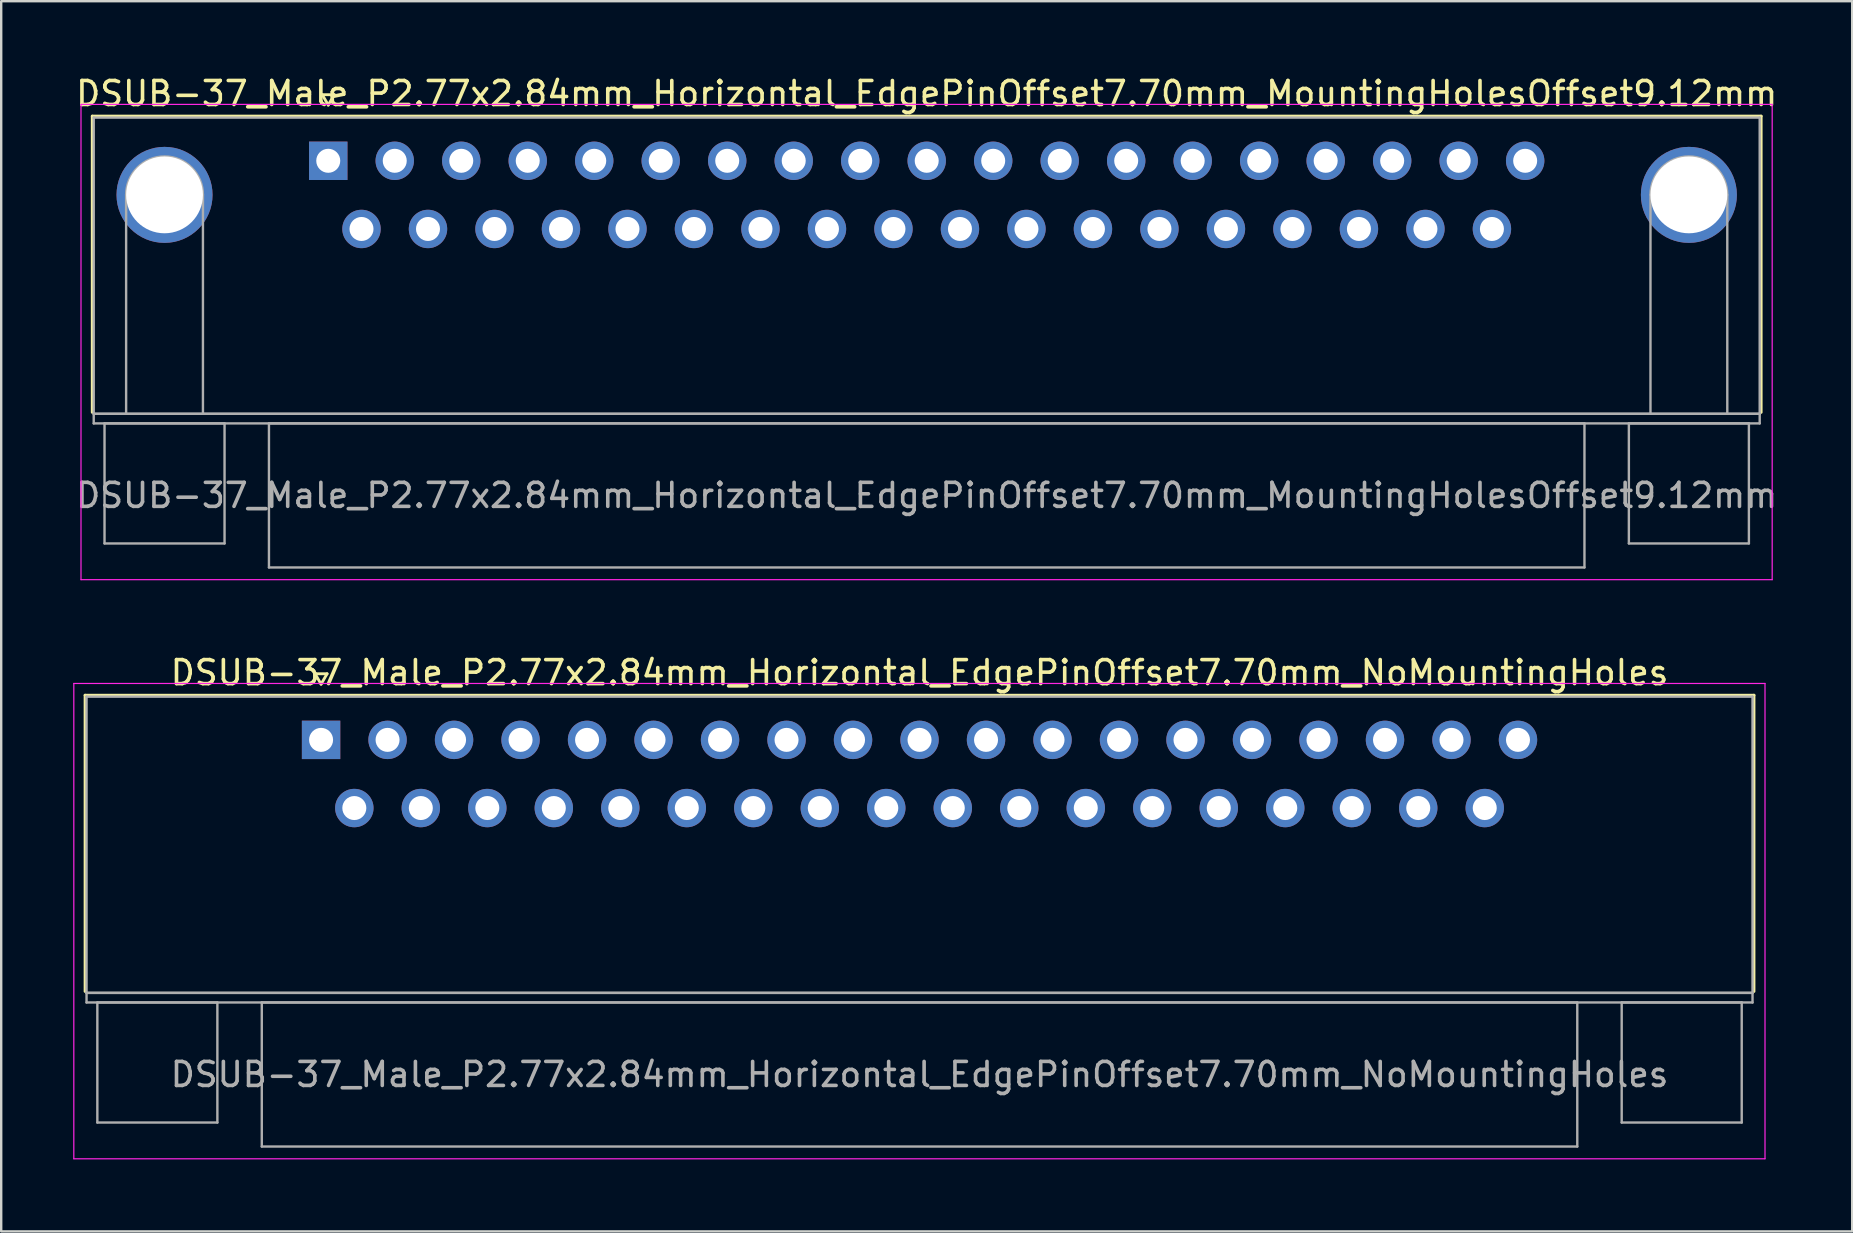
<source format=kicad_pcb>
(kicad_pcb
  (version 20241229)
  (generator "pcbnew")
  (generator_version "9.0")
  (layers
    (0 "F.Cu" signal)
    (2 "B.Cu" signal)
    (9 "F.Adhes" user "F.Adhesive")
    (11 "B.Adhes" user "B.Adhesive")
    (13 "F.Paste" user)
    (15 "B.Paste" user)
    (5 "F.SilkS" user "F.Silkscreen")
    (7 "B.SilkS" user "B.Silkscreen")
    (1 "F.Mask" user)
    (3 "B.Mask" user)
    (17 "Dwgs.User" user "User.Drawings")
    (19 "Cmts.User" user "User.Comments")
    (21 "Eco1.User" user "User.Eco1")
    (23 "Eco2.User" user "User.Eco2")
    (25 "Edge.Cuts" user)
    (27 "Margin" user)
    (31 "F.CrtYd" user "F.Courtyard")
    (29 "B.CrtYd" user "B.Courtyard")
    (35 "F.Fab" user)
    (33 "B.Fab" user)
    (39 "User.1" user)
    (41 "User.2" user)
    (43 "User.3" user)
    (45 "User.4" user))
  (footprint "DSUB-37_Male_P2.77x2.84mm_Horizontal_EdgePinOffset7.70mm_MountingHolesOffset9.12mm"
    (layer "F.Cu")
    (at 10.624 3.648)
    (property "Reference" "DSUB-37_Male_P2.77x2.84mm_Horizontal_EdgePinOffset7.70mm_MountingHolesOffset9.12mm" (at 24.93 -2.8 0) (layer "F.SilkS") (effects (font (size 1 1) (thickness 0.15))))
    (attr through_hole)
    (fp_line (start -9.83 -1.86) (end 59.69 -1.86) (stroke (width 0.12) (type solid)) (layer "F.SilkS"))
    (fp_line (start -9.83 10.48) (end -9.83 -1.86) (stroke (width 0.12) (type solid)) (layer "F.SilkS"))
    (fp_line (start -0.25 -2.754) (end 0.25 -2.754) (stroke (width 0.12) (type solid)) (layer "F.SilkS"))
    (fp_line (start 0 -2.321) (end -0.25 -2.754) (stroke (width 0.12) (type solid)) (layer "F.SilkS"))
    (fp_line (start 0.25 -2.754) (end 0 -2.321) (stroke (width 0.12) (type solid)) (layer "F.SilkS"))
    (fp_line (start 59.69 -1.86) (end 59.69 10.48) (stroke (width 0.12) (type solid)) (layer "F.SilkS"))
    (fp_line (start -10.3 -2.35) (end -10.3 17.45) (stroke (width 0.05) (type solid)) (layer "F.CrtYd"))
    (fp_line (start -10.3 17.45) (end 60.15 17.45) (stroke (width 0.05) (type solid)) (layer "F.CrtYd"))
    (fp_line (start 60.15 -2.35) (end -10.3 -2.35) (stroke (width 0.05) (type solid)) (layer "F.CrtYd"))
    (fp_line (start 60.15 17.45) (end 60.15 -2.35) (stroke (width 0.05) (type solid)) (layer "F.CrtYd"))
    (fp_line (start -9.77 -1.8) (end -9.77 10.54) (stroke (width 0.1) (type solid)) (layer "F.Fab"))
    (fp_line (start -9.77 10.54) (end -9.77 10.94) (stroke (width 0.1) (type solid)) (layer "F.Fab"))
    (fp_line (start -9.77 10.54) (end 59.63 10.54) (stroke (width 0.1) (type solid)) (layer "F.Fab"))
    (fp_line (start -9.77 10.94) (end 59.63 10.94) (stroke (width 0.1) (type solid)) (layer "F.Fab"))
    (fp_line (start -9.32 10.94) (end -9.32 15.94) (stroke (width 0.1) (type solid)) (layer "F.Fab"))
    (fp_line (start -9.32 15.94) (end -4.32 15.94) (stroke (width 0.1) (type solid)) (layer "F.Fab"))
    (fp_line (start -8.42 10.54) (end -8.42 1.42) (stroke (width 0.1) (type solid)) (layer "F.Fab"))
    (fp_line (start -5.22 10.54) (end -5.22 1.42) (stroke (width 0.1) (type solid)) (layer "F.Fab"))
    (fp_line (start -4.32 10.94) (end -9.32 10.94) (stroke (width 0.1) (type solid)) (layer "F.Fab"))
    (fp_line (start -4.32 15.94) (end -4.32 10.94) (stroke (width 0.1) (type solid)) (layer "F.Fab"))
    (fp_line (start -2.47 10.94) (end -2.47 16.94) (stroke (width 0.1) (type solid)) (layer "F.Fab"))
    (fp_line (start -2.47 16.94) (end 52.33 16.94) (stroke (width 0.1) (type solid)) (layer "F.Fab"))
    (fp_line (start 52.33 10.94) (end -2.47 10.94) (stroke (width 0.1) (type solid)) (layer "F.Fab"))
    (fp_line (start 52.33 16.94) (end 52.33 10.94) (stroke (width 0.1) (type solid)) (layer "F.Fab"))
    (fp_line (start 54.18 10.94) (end 54.18 15.94) (stroke (width 0.1) (type solid)) (layer "F.Fab"))
    (fp_line (start 54.18 15.94) (end 59.18 15.94) (stroke (width 0.1) (type solid)) (layer "F.Fab"))
    (fp_line (start 55.08 10.54) (end 55.08 1.42) (stroke (width 0.1) (type solid)) (layer "F.Fab"))
    (fp_line (start 58.28 10.54) (end 58.28 1.42) (stroke (width 0.1) (type solid)) (layer "F.Fab"))
    (fp_line (start 59.18 10.94) (end 54.18 10.94) (stroke (width 0.1) (type solid)) (layer "F.Fab"))
    (fp_line (start 59.18 15.94) (end 59.18 10.94) (stroke (width 0.1) (type solid)) (layer "F.Fab"))
    (fp_line (start 59.63 -1.8) (end -9.77 -1.8) (stroke (width 0.1) (type solid)) (layer "F.Fab"))
    (fp_line (start 59.63 10.54) (end -9.77 10.54) (stroke (width 0.1) (type solid)) (layer "F.Fab"))
    (fp_line (start 59.63 10.54) (end 59.63 -1.8) (stroke (width 0.1) (type solid)) (layer "F.Fab"))
    (fp_line (start 59.63 10.94) (end 59.63 10.54) (stroke (width 0.1) (type solid)) (layer "F.Fab"))
    (fp_arc (start -8.42 1.42) (mid -6.82 -0.18) (end -5.22 1.42) (stroke (width 0.1) (type solid)) (layer "F.Fab"))
    (fp_arc (start 55.08 1.42) (mid 56.68 -0.18) (end 58.28 1.42) (stroke (width 0.1) (type solid)) (layer "F.Fab"))
    (fp_text user "${REFERENCE}" (at 24.93 13.94 0) (layer "F.Fab") (effects (font (size 1 1) (thickness 0.15))))
    (pad "0" thru_hole circle (at -6.82 1.42) (size 4 4) (drill 3.2) (layers "*.Cu" "*.Mask"))
    (pad "0" thru_hole circle (at 56.68 1.42) (size 4 4) (drill 3.2) (layers "*.Cu" "*.Mask"))
    (pad "1" thru_hole rect (at 0 0) (size 1.6 1.6) (drill 1) (layers "*.Cu" "*.Mask"))
    (pad "2" thru_hole circle (at 2.77 0) (size 1.6 1.6) (drill 1) (layers "*.Cu" "*.Mask"))
    (pad "3" thru_hole circle (at 5.54 0) (size 1.6 1.6) (drill 1) (layers "*.Cu" "*.Mask"))
    (pad "4" thru_hole circle (at 8.31 0) (size 1.6 1.6) (drill 1) (layers "*.Cu" "*.Mask"))
    (pad "5" thru_hole circle (at 11.08 0) (size 1.6 1.6) (drill 1) (layers "*.Cu" "*.Mask"))
    (pad "6" thru_hole circle (at 13.85 0) (size 1.6 1.6) (drill 1) (layers "*.Cu" "*.Mask"))
    (pad "7" thru_hole circle (at 16.62 0) (size 1.6 1.6) (drill 1) (layers "*.Cu" "*.Mask"))
    (pad "8" thru_hole circle (at 19.39 0) (size 1.6 1.6) (drill 1) (layers "*.Cu" "*.Mask"))
    (pad "9" thru_hole circle (at 22.16 0) (size 1.6 1.6) (drill 1) (layers "*.Cu" "*.Mask"))
    (pad "10" thru_hole circle (at 24.93 0) (size 1.6 1.6) (drill 1) (layers "*.Cu" "*.Mask"))
    (pad "11" thru_hole circle (at 27.7 0) (size 1.6 1.6) (drill 1) (layers "*.Cu" "*.Mask"))
    (pad "12" thru_hole circle (at 30.47 0) (size 1.6 1.6) (drill 1) (layers "*.Cu" "*.Mask"))
    (pad "13" thru_hole circle (at 33.24 0) (size 1.6 1.6) (drill 1) (layers "*.Cu" "*.Mask"))
    (pad "14" thru_hole circle (at 36.01 0) (size 1.6 1.6) (drill 1) (layers "*.Cu" "*.Mask"))
    (pad "15" thru_hole circle (at 38.78 0) (size 1.6 1.6) (drill 1) (layers "*.Cu" "*.Mask"))
    (pad "16" thru_hole circle (at 41.55 0) (size 1.6 1.6) (drill 1) (layers "*.Cu" "*.Mask"))
    (pad "17" thru_hole circle (at 44.32 0) (size 1.6 1.6) (drill 1) (layers "*.Cu" "*.Mask"))
    (pad "18" thru_hole circle (at 47.09 0) (size 1.6 1.6) (drill 1) (layers "*.Cu" "*.Mask"))
    (pad "19" thru_hole circle (at 49.86 0) (size 1.6 1.6) (drill 1) (layers "*.Cu" "*.Mask"))
    (pad "20" thru_hole circle (at 1.385 2.84) (size 1.6 1.6) (drill 1) (layers "*.Cu" "*.Mask"))
    (pad "21" thru_hole circle (at 4.155 2.84) (size 1.6 1.6) (drill 1) (layers "*.Cu" "*.Mask"))
    (pad "22" thru_hole circle (at 6.925 2.84) (size 1.6 1.6) (drill 1) (layers "*.Cu" "*.Mask"))
    (pad "23" thru_hole circle (at 9.695 2.84) (size 1.6 1.6) (drill 1) (layers "*.Cu" "*.Mask"))
    (pad "24" thru_hole circle (at 12.465 2.84) (size 1.6 1.6) (drill 1) (layers "*.Cu" "*.Mask"))
    (pad "25" thru_hole circle (at 15.235 2.84) (size 1.6 1.6) (drill 1) (layers "*.Cu" "*.Mask"))
    (pad "26" thru_hole circle (at 18.005 2.84) (size 1.6 1.6) (drill 1) (layers "*.Cu" "*.Mask"))
    (pad "27" thru_hole circle (at 20.775 2.84) (size 1.6 1.6) (drill 1) (layers "*.Cu" "*.Mask"))
    (pad "28" thru_hole circle (at 23.545 2.84) (size 1.6 1.6) (drill 1) (layers "*.Cu" "*.Mask"))
    (pad "29" thru_hole circle (at 26.315 2.84) (size 1.6 1.6) (drill 1) (layers "*.Cu" "*.Mask"))
    (pad "30" thru_hole circle (at 29.085 2.84) (size 1.6 1.6) (drill 1) (layers "*.Cu" "*.Mask"))
    (pad "31" thru_hole circle (at 31.855 2.84) (size 1.6 1.6) (drill 1) (layers "*.Cu" "*.Mask"))
    (pad "32" thru_hole circle (at 34.625 2.84) (size 1.6 1.6) (drill 1) (layers "*.Cu" "*.Mask"))
    (pad "33" thru_hole circle (at 37.395 2.84) (size 1.6 1.6) (drill 1) (layers "*.Cu" "*.Mask"))
    (pad "34" thru_hole circle (at 40.165 2.84) (size 1.6 1.6) (drill 1) (layers "*.Cu" "*.Mask"))
    (pad "35" thru_hole circle (at 42.935 2.84) (size 1.6 1.6) (drill 1) (layers "*.Cu" "*.Mask"))
    (pad "36" thru_hole circle (at 45.705 2.84) (size 1.6 1.6) (drill 1) (layers "*.Cu" "*.Mask"))
    (pad "37" thru_hole circle (at 48.475 2.84) (size 1.6 1.6) (drill 1) (layers "*.Cu" "*.Mask")))
  (footprint "DSUB-37_Male_P2.77x2.84mm_Horizontal_EdgePinOffset7.70mm_NoMountingHoles"
    (layer "F.Cu")
    (at 10.325 27.771)
    (property "Reference" "DSUB-37_Male_P2.77x2.84mm_Horizontal_EdgePinOffset7.70mm_NoMountingHoles" (at 24.93 -2.8 0) (layer "F.SilkS") (effects (font (size 1 1) (thickness 0.15))))
    (attr through_hole)
    (fp_line (start -9.83 -1.86) (end 59.69 -1.86) (stroke (width 0.12) (type solid)) (layer "F.SilkS"))
    (fp_line (start -9.83 10.48) (end -9.83 -1.86) (stroke (width 0.12) (type solid)) (layer "F.SilkS"))
    (fp_line (start -0.25 -2.754) (end 0.25 -2.754) (stroke (width 0.12) (type solid)) (layer "F.SilkS"))
    (fp_line (start 0 -2.321) (end -0.25 -2.754) (stroke (width 0.12) (type solid)) (layer "F.SilkS"))
    (fp_line (start 0.25 -2.754) (end 0 -2.321) (stroke (width 0.12) (type solid)) (layer "F.SilkS"))
    (fp_line (start 59.69 -1.86) (end 59.69 10.48) (stroke (width 0.12) (type solid)) (layer "F.SilkS"))
    (fp_line (start -10.3 -2.35) (end -10.3 17.45) (stroke (width 0.05) (type solid)) (layer "F.CrtYd"))
    (fp_line (start -10.3 17.45) (end 60.15 17.45) (stroke (width 0.05) (type solid)) (layer "F.CrtYd"))
    (fp_line (start 60.15 -2.35) (end -10.3 -2.35) (stroke (width 0.05) (type solid)) (layer "F.CrtYd"))
    (fp_line (start 60.15 17.45) (end 60.15 -2.35) (stroke (width 0.05) (type solid)) (layer "F.CrtYd"))
    (fp_line (start -9.77 -1.8) (end -9.77 10.54) (stroke (width 0.1) (type solid)) (layer "F.Fab"))
    (fp_line (start -9.77 10.54) (end -9.77 10.94) (stroke (width 0.1) (type solid)) (layer "F.Fab"))
    (fp_line (start -9.77 10.54) (end 59.63 10.54) (stroke (width 0.1) (type solid)) (layer "F.Fab"))
    (fp_line (start -9.77 10.94) (end 59.63 10.94) (stroke (width 0.1) (type solid)) (layer "F.Fab"))
    (fp_line (start -9.32 10.94) (end -9.32 15.94) (stroke (width 0.1) (type solid)) (layer "F.Fab"))
    (fp_line (start -9.32 15.94) (end -4.32 15.94) (stroke (width 0.1) (type solid)) (layer "F.Fab"))
    (fp_line (start -4.32 10.94) (end -9.32 10.94) (stroke (width 0.1) (type solid)) (layer "F.Fab"))
    (fp_line (start -4.32 15.94) (end -4.32 10.94) (stroke (width 0.1) (type solid)) (layer "F.Fab"))
    (fp_line (start -2.47 10.94) (end -2.47 16.94) (stroke (width 0.1) (type solid)) (layer "F.Fab"))
    (fp_line (start -2.47 16.94) (end 52.33 16.94) (stroke (width 0.1) (type solid)) (layer "F.Fab"))
    (fp_line (start 52.33 10.94) (end -2.47 10.94) (stroke (width 0.1) (type solid)) (layer "F.Fab"))
    (fp_line (start 52.33 16.94) (end 52.33 10.94) (stroke (width 0.1) (type solid)) (layer "F.Fab"))
    (fp_line (start 54.18 10.94) (end 54.18 15.94) (stroke (width 0.1) (type solid)) (layer "F.Fab"))
    (fp_line (start 54.18 15.94) (end 59.18 15.94) (stroke (width 0.1) (type solid)) (layer "F.Fab"))
    (fp_line (start 59.18 10.94) (end 54.18 10.94) (stroke (width 0.1) (type solid)) (layer "F.Fab"))
    (fp_line (start 59.18 15.94) (end 59.18 10.94) (stroke (width 0.1) (type solid)) (layer "F.Fab"))
    (fp_line (start 59.63 -1.8) (end -9.77 -1.8) (stroke (width 0.1) (type solid)) (layer "F.Fab"))
    (fp_line (start 59.63 10.54) (end -9.77 10.54) (stroke (width 0.1) (type solid)) (layer "F.Fab"))
    (fp_line (start 59.63 10.54) (end 59.63 -1.8) (stroke (width 0.1) (type solid)) (layer "F.Fab"))
    (fp_line (start 59.63 10.94) (end 59.63 10.54) (stroke (width 0.1) (type solid)) (layer "F.Fab"))
    (fp_text user "${REFERENCE}" (at 24.93 13.94 0) (layer "F.Fab") (effects (font (size 1 1) (thickness 0.15))))
    (pad "1" thru_hole rect (at 0 0) (size 1.6 1.6) (drill 1) (layers "*.Cu" "*.Mask"))
    (pad "2" thru_hole circle (at 2.77 0) (size 1.6 1.6) (drill 1) (layers "*.Cu" "*.Mask"))
    (pad "3" thru_hole circle (at 5.54 0) (size 1.6 1.6) (drill 1) (layers "*.Cu" "*.Mask"))
    (pad "4" thru_hole circle (at 8.31 0) (size 1.6 1.6) (drill 1) (layers "*.Cu" "*.Mask"))
    (pad "5" thru_hole circle (at 11.08 0) (size 1.6 1.6) (drill 1) (layers "*.Cu" "*.Mask"))
    (pad "6" thru_hole circle (at 13.85 0) (size 1.6 1.6) (drill 1) (layers "*.Cu" "*.Mask"))
    (pad "7" thru_hole circle (at 16.62 0) (size 1.6 1.6) (drill 1) (layers "*.Cu" "*.Mask"))
    (pad "8" thru_hole circle (at 19.39 0) (size 1.6 1.6) (drill 1) (layers "*.Cu" "*.Mask"))
    (pad "9" thru_hole circle (at 22.16 0) (size 1.6 1.6) (drill 1) (layers "*.Cu" "*.Mask"))
    (pad "10" thru_hole circle (at 24.93 0) (size 1.6 1.6) (drill 1) (layers "*.Cu" "*.Mask"))
    (pad "11" thru_hole circle (at 27.7 0) (size 1.6 1.6) (drill 1) (layers "*.Cu" "*.Mask"))
    (pad "12" thru_hole circle (at 30.47 0) (size 1.6 1.6) (drill 1) (layers "*.Cu" "*.Mask"))
    (pad "13" thru_hole circle (at 33.24 0) (size 1.6 1.6) (drill 1) (layers "*.Cu" "*.Mask"))
    (pad "14" thru_hole circle (at 36.01 0) (size 1.6 1.6) (drill 1) (layers "*.Cu" "*.Mask"))
    (pad "15" thru_hole circle (at 38.78 0) (size 1.6 1.6) (drill 1) (layers "*.Cu" "*.Mask"))
    (pad "16" thru_hole circle (at 41.55 0) (size 1.6 1.6) (drill 1) (layers "*.Cu" "*.Mask"))
    (pad "17" thru_hole circle (at 44.32 0) (size 1.6 1.6) (drill 1) (layers "*.Cu" "*.Mask"))
    (pad "18" thru_hole circle (at 47.09 0) (size 1.6 1.6) (drill 1) (layers "*.Cu" "*.Mask"))
    (pad "19" thru_hole circle (at 49.86 0) (size 1.6 1.6) (drill 1) (layers "*.Cu" "*.Mask"))
    (pad "20" thru_hole circle (at 1.385 2.84) (size 1.6 1.6) (drill 1) (layers "*.Cu" "*.Mask"))
    (pad "21" thru_hole circle (at 4.155 2.84) (size 1.6 1.6) (drill 1) (layers "*.Cu" "*.Mask"))
    (pad "22" thru_hole circle (at 6.925 2.84) (size 1.6 1.6) (drill 1) (layers "*.Cu" "*.Mask"))
    (pad "23" thru_hole circle (at 9.695 2.84) (size 1.6 1.6) (drill 1) (layers "*.Cu" "*.Mask"))
    (pad "24" thru_hole circle (at 12.465 2.84) (size 1.6 1.6) (drill 1) (layers "*.Cu" "*.Mask"))
    (pad "25" thru_hole circle (at 15.235 2.84) (size 1.6 1.6) (drill 1) (layers "*.Cu" "*.Mask"))
    (pad "26" thru_hole circle (at 18.005 2.84) (size 1.6 1.6) (drill 1) (layers "*.Cu" "*.Mask"))
    (pad "27" thru_hole circle (at 20.775 2.84) (size 1.6 1.6) (drill 1) (layers "*.Cu" "*.Mask"))
    (pad "28" thru_hole circle (at 23.545 2.84) (size 1.6 1.6) (drill 1) (layers "*.Cu" "*.Mask"))
    (pad "29" thru_hole circle (at 26.315 2.84) (size 1.6 1.6) (drill 1) (layers "*.Cu" "*.Mask"))
    (pad "30" thru_hole circle (at 29.085 2.84) (size 1.6 1.6) (drill 1) (layers "*.Cu" "*.Mask"))
    (pad "31" thru_hole circle (at 31.855 2.84) (size 1.6 1.6) (drill 1) (layers "*.Cu" "*.Mask"))
    (pad "32" thru_hole circle (at 34.625 2.84) (size 1.6 1.6) (drill 1) (layers "*.Cu" "*.Mask"))
    (pad "33" thru_hole circle (at 37.395 2.84) (size 1.6 1.6) (drill 1) (layers "*.Cu" "*.Mask"))
    (pad "34" thru_hole circle (at 40.165 2.84) (size 1.6 1.6) (drill 1) (layers "*.Cu" "*.Mask"))
    (pad "35" thru_hole circle (at 42.935 2.84) (size 1.6 1.6) (drill 1) (layers "*.Cu" "*.Mask"))
    (pad "36" thru_hole circle (at 45.705 2.84) (size 1.6 1.6) (drill 1) (layers "*.Cu" "*.Mask"))
    (pad "37" thru_hole circle (at 48.475 2.84) (size 1.6 1.6) (drill 1) (layers "*.Cu" "*.Mask")))
  (gr_rect
    (start -3 -3)
    (end 74.107 48.246)
    (stroke (width 0.1) (type default))
    (fill no)
    (layer "Edge.Cuts")))
</source>
